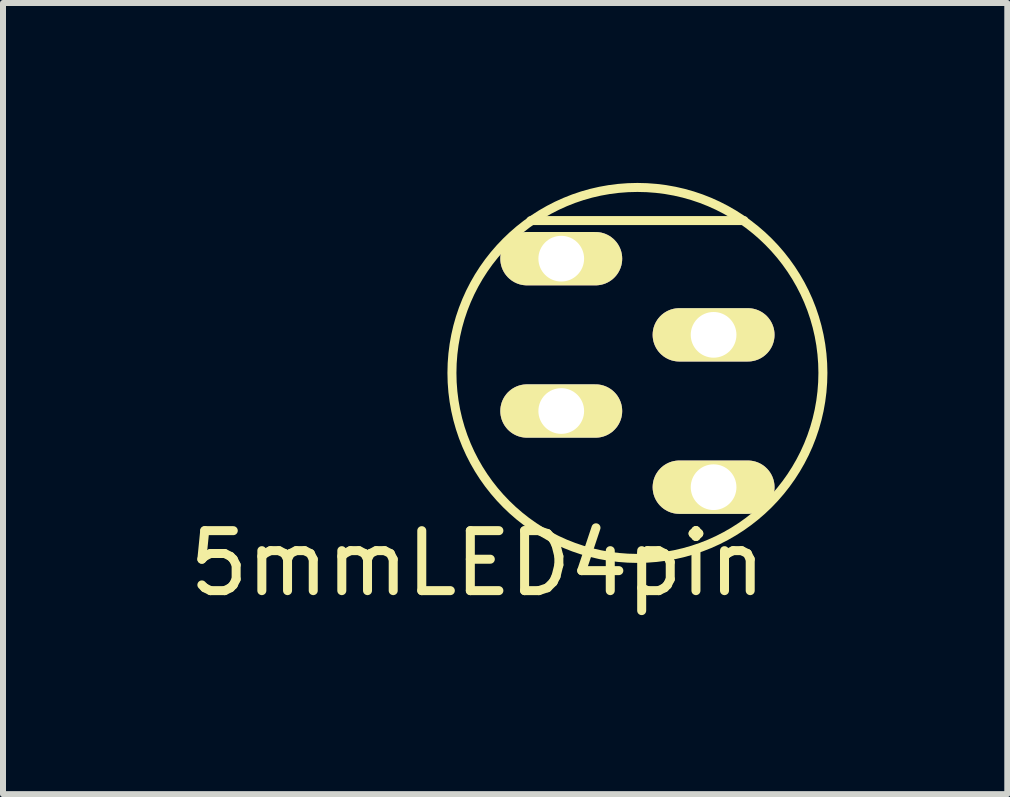
<source format=kicad_pcb>
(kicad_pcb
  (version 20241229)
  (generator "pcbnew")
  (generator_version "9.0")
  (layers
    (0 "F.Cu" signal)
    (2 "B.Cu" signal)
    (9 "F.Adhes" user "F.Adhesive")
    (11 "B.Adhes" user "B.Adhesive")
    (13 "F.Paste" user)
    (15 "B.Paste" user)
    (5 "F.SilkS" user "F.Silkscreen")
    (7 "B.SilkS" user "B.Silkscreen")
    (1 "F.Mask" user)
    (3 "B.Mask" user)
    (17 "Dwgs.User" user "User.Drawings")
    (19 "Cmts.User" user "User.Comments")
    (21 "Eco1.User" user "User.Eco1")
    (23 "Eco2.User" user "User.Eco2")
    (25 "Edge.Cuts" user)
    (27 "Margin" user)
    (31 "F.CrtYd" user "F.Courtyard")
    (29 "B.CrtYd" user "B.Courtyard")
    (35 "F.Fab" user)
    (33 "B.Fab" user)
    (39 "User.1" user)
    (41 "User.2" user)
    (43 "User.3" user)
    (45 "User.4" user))
  (footprint "5mmLED4pin"
    (layer "F.Cu")
    (at 7.578 5.073)
    (property "Reference" "5mmLED4pin" (at -2.667 1.27 0) (layer "F.SilkS") (effects (font (size 1 1) (thickness 0.15))))
    (attr through_hole)
    (fp_line (start -1.778 -4.445) (end 1.778 -4.445) (stroke (width 0.15) (type solid)) (layer "F.SilkS"))
    (fp_circle (center 0 -1.905) (end 2.921 -2.921) (stroke (width 0.15) (type solid)) (fill no) (layer "F.SilkS"))
    (pad "1" thru_hole oval (at 1.27 0 90) (size 0.889 2.032) (drill 0.762) (layers "*.Cu" "*.Mask" "F.SilkS"))
    (pad "2" thru_hole oval (at -1.27 -1.27 90) (size 0.889 2.032) (drill 0.762) (layers "*.Cu" "*.Mask" "F.SilkS"))
    (pad "3" thru_hole oval (at 1.27 -2.54 90) (size 0.889 2.032) (drill 0.762) (layers "*.Cu" "*.Mask" "F.SilkS"))
    (pad "4" thru_hole oval (at -1.27 -3.81 90) (size 0.889 2.032) (drill 0.762) (layers "*.Cu" "*.Mask" "F.SilkS")))
  (gr_rect
    (start -3 -3)
    (end 13.745 10.191)
    (stroke (width 0.1) (type default))
    (fill no)
    (layer "Edge.Cuts")))
</source>
